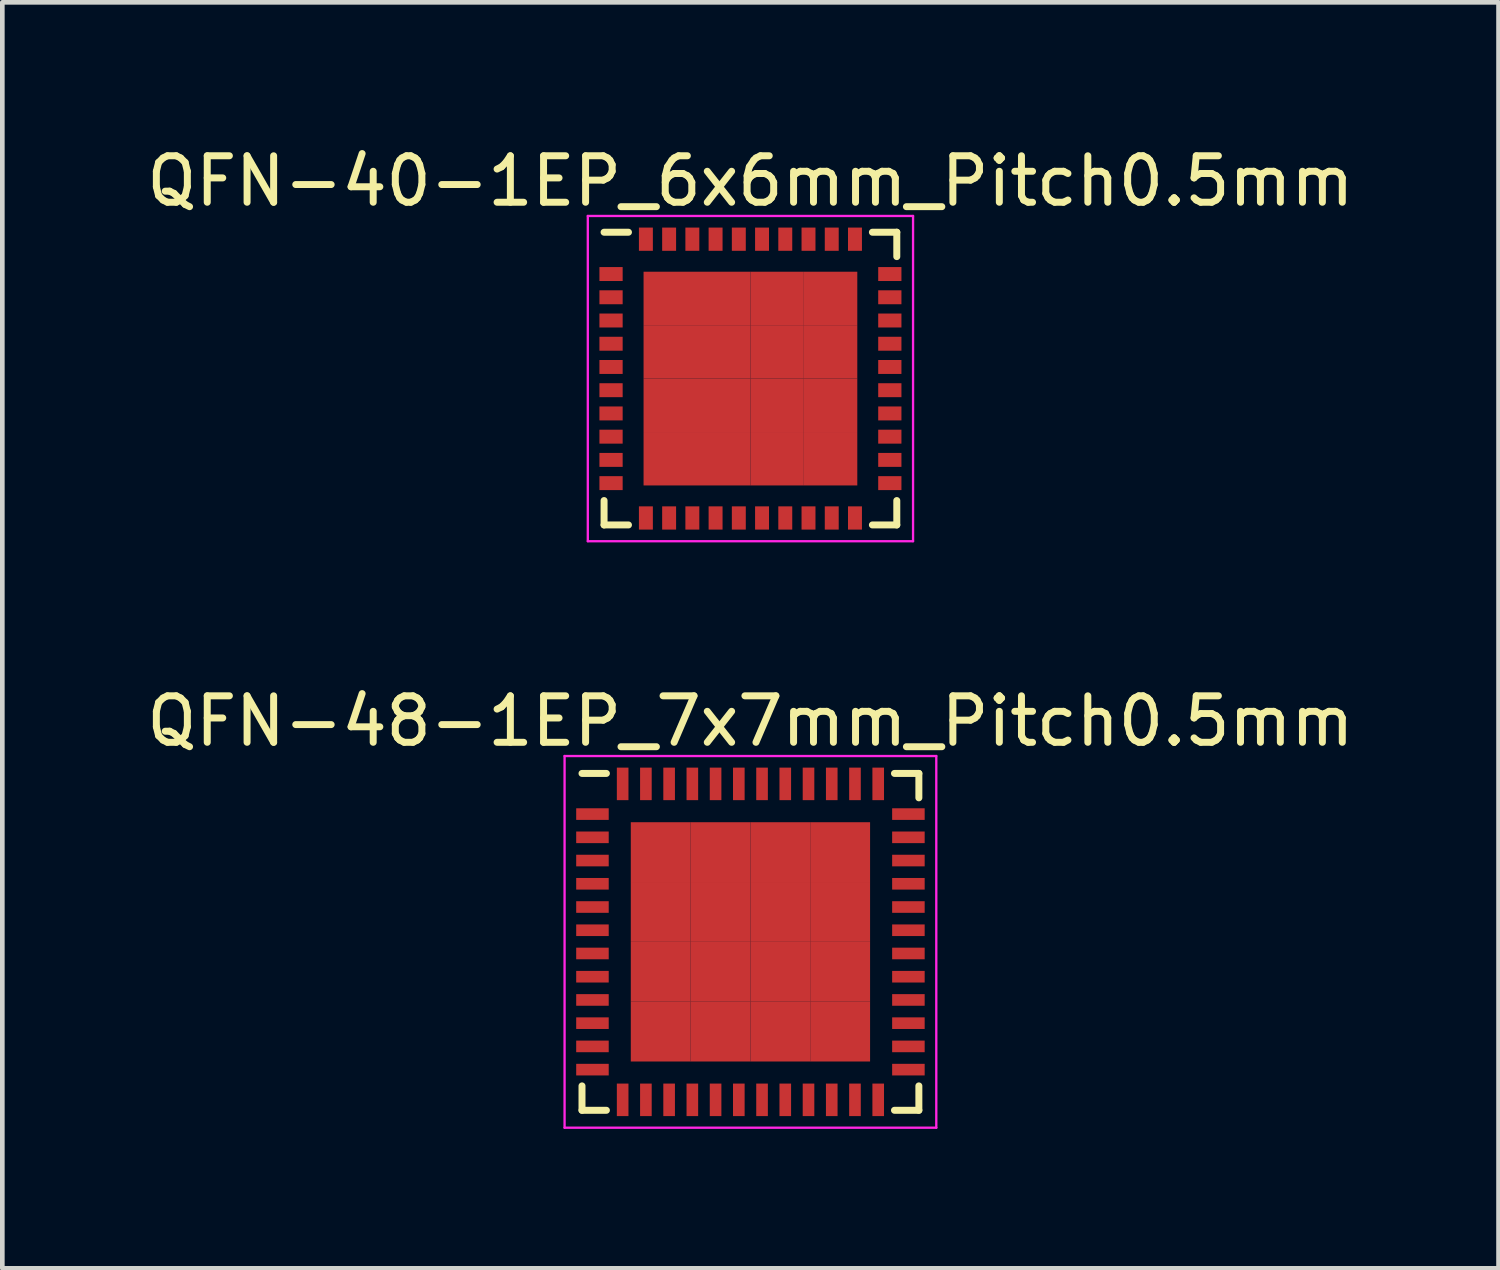
<source format=kicad_pcb>
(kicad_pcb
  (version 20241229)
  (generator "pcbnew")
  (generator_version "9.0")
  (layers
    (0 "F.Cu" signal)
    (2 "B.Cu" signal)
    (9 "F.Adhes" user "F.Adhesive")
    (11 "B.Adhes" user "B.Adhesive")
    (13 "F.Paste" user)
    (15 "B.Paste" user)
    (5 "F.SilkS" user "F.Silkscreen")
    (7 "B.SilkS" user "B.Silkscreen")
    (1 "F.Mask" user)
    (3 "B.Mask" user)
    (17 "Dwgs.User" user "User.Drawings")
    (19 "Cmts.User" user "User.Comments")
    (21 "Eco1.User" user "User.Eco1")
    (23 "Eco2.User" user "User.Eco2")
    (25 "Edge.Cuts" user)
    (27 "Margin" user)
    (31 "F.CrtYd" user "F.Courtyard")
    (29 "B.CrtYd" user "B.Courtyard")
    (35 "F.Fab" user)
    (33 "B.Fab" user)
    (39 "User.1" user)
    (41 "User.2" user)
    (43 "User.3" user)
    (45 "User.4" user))
  (footprint "QFN-48-1EP_7x7mm_Pitch0.5mm"
    (layer "F.Cu")
    (at 13.101 17.221)
    (property "Reference" "QFN-48-1EP_7x7mm_Pitch0.5mm" (at 0 -4.75 0) (layer "F.SilkS") (effects (font (size 1 1) (thickness 0.15))))
    (attr smd)
    (fp_line (start -3.625 -3.625) (end -3.1 -3.625) (stroke (width 0.15) (type solid)) (layer "F.SilkS"))
    (fp_line (start -3.625 3.625) (end -3.625 3.1) (stroke (width 0.15) (type solid)) (layer "F.SilkS"))
    (fp_line (start -3.625 3.625) (end -3.1 3.625) (stroke (width 0.15) (type solid)) (layer "F.SilkS"))
    (fp_line (start 3.625 -3.625) (end 3.1 -3.625) (stroke (width 0.15) (type solid)) (layer "F.SilkS"))
    (fp_line (start 3.625 -3.625) (end 3.625 -3.1) (stroke (width 0.15) (type solid)) (layer "F.SilkS"))
    (fp_line (start 3.625 3.625) (end 3.1 3.625) (stroke (width 0.15) (type solid)) (layer "F.SilkS"))
    (fp_line (start 3.625 3.625) (end 3.625 3.1) (stroke (width 0.15) (type solid)) (layer "F.SilkS"))
    (fp_line (start -4 -4) (end -4 4) (stroke (width 0.05) (type solid)) (layer "F.CrtYd"))
    (fp_line (start -4 -4) (end 4 -4) (stroke (width 0.05) (type solid)) (layer "F.CrtYd"))
    (fp_line (start -4 4) (end 4 4) (stroke (width 0.05) (type solid)) (layer "F.CrtYd"))
    (fp_line (start 4 -4) (end 4 4) (stroke (width 0.05) (type solid)) (layer "F.CrtYd"))
    (pad "1" smd rect (at -3.4 -2.75) (size 0.7 0.25) (layers "F.Cu" "F.Mask" "F.Paste"))
    (pad "2" smd rect (at -3.4 -2.25) (size 0.7 0.25) (layers "F.Cu" "F.Mask" "F.Paste"))
    (pad "3" smd rect (at -3.4 -1.75) (size 0.7 0.25) (layers "F.Cu" "F.Mask" "F.Paste"))
    (pad "4" smd rect (at -3.4 -1.25) (size 0.7 0.25) (layers "F.Cu" "F.Mask" "F.Paste"))
    (pad "5" smd rect (at -3.4 -0.75) (size 0.7 0.25) (layers "F.Cu" "F.Mask" "F.Paste"))
    (pad "6" smd rect (at -3.4 -0.25) (size 0.7 0.25) (layers "F.Cu" "F.Mask" "F.Paste"))
    (pad "7" smd rect (at -3.4 0.25) (size 0.7 0.25) (layers "F.Cu" "F.Mask" "F.Paste"))
    (pad "8" smd rect (at -3.4 0.75) (size 0.7 0.25) (layers "F.Cu" "F.Mask" "F.Paste"))
    (pad "9" smd rect (at -3.4 1.25) (size 0.7 0.25) (layers "F.Cu" "F.Mask" "F.Paste"))
    (pad "10" smd rect (at -3.4 1.75) (size 0.7 0.25) (layers "F.Cu" "F.Mask" "F.Paste"))
    (pad "11" smd rect (at -3.4 2.25) (size 0.7 0.25) (layers "F.Cu" "F.Mask" "F.Paste"))
    (pad "12" smd rect (at -3.4 2.75) (size 0.7 0.25) (layers "F.Cu" "F.Mask" "F.Paste"))
    (pad "13" smd rect (at -2.75 3.4 90) (size 0.7 0.25) (layers "F.Cu" "F.Mask" "F.Paste"))
    (pad "14" smd rect (at -2.25 3.4 90) (size 0.7 0.25) (layers "F.Cu" "F.Mask" "F.Paste"))
    (pad "15" smd rect (at -1.75 3.4 90) (size 0.7 0.25) (layers "F.Cu" "F.Mask" "F.Paste"))
    (pad "16" smd rect (at -1.25 3.4 90) (size 0.7 0.25) (layers "F.Cu" "F.Mask" "F.Paste"))
    (pad "17" smd rect (at -0.75 3.4 90) (size 0.7 0.25) (layers "F.Cu" "F.Mask" "F.Paste"))
    (pad "18" smd rect (at -0.25 3.4 90) (size 0.7 0.25) (layers "F.Cu" "F.Mask" "F.Paste"))
    (pad "19" smd rect (at 0.25 3.4 90) (size 0.7 0.25) (layers "F.Cu" "F.Mask" "F.Paste"))
    (pad "20" smd rect (at 0.75 3.4 90) (size 0.7 0.25) (layers "F.Cu" "F.Mask" "F.Paste"))
    (pad "21" smd rect (at 1.25 3.4 90) (size 0.7 0.25) (layers "F.Cu" "F.Mask" "F.Paste"))
    (pad "22" smd rect (at 1.75 3.4 90) (size 0.7 0.25) (layers "F.Cu" "F.Mask" "F.Paste"))
    (pad "23" smd rect (at 2.25 3.4 90) (size 0.7 0.25) (layers "F.Cu" "F.Mask" "F.Paste"))
    (pad "24" smd rect (at 2.75 3.4 90) (size 0.7 0.25) (layers "F.Cu" "F.Mask" "F.Paste"))
    (pad "25" smd rect (at 3.4 2.75) (size 0.7 0.25) (layers "F.Cu" "F.Mask" "F.Paste"))
    (pad "26" smd rect (at 3.4 2.25) (size 0.7 0.25) (layers "F.Cu" "F.Mask" "F.Paste"))
    (pad "27" smd rect (at 3.4 1.75) (size 0.7 0.25) (layers "F.Cu" "F.Mask" "F.Paste"))
    (pad "28" smd rect (at 3.4 1.25) (size 0.7 0.25) (layers "F.Cu" "F.Mask" "F.Paste"))
    (pad "29" smd rect (at 3.4 0.75) (size 0.7 0.25) (layers "F.Cu" "F.Mask" "F.Paste"))
    (pad "30" smd rect (at 3.4 0.25) (size 0.7 0.25) (layers "F.Cu" "F.Mask" "F.Paste"))
    (pad "31" smd rect (at 3.4 -0.25) (size 0.7 0.25) (layers "F.Cu" "F.Mask" "F.Paste"))
    (pad "32" smd rect (at 3.4 -0.75) (size 0.7 0.25) (layers "F.Cu" "F.Mask" "F.Paste"))
    (pad "33" smd rect (at 3.4 -1.25) (size 0.7 0.25) (layers "F.Cu" "F.Mask" "F.Paste"))
    (pad "34" smd rect (at 3.4 -1.75) (size 0.7 0.25) (layers "F.Cu" "F.Mask" "F.Paste"))
    (pad "35" smd rect (at 3.4 -2.25) (size 0.7 0.25) (layers "F.Cu" "F.Mask" "F.Paste"))
    (pad "36" smd rect (at 3.4 -2.75) (size 0.7 0.25) (layers "F.Cu" "F.Mask" "F.Paste"))
    (pad "37" smd rect (at 2.75 -3.4 90) (size 0.7 0.25) (layers "F.Cu" "F.Mask" "F.Paste"))
    (pad "38" smd rect (at 2.25 -3.4 90) (size 0.7 0.25) (layers "F.Cu" "F.Mask" "F.Paste"))
    (pad "39" smd rect (at 1.75 -3.4 90) (size 0.7 0.25) (layers "F.Cu" "F.Mask" "F.Paste"))
    (pad "40" smd rect (at 1.25 -3.4 90) (size 0.7 0.25) (layers "F.Cu" "F.Mask" "F.Paste"))
    (pad "41" smd rect (at 0.75 -3.4 90) (size 0.7 0.25) (layers "F.Cu" "F.Mask" "F.Paste"))
    (pad "42" smd rect (at 0.25 -3.4 90) (size 0.7 0.25) (layers "F.Cu" "F.Mask" "F.Paste"))
    (pad "43" smd rect (at -0.25 -3.4 90) (size 0.7 0.25) (layers "F.Cu" "F.Mask" "F.Paste"))
    (pad "44" smd rect (at -0.75 -3.4 90) (size 0.7 0.25) (layers "F.Cu" "F.Mask" "F.Paste"))
    (pad "45" smd rect (at -1.25 -3.4 90) (size 0.7 0.25) (layers "F.Cu" "F.Mask" "F.Paste"))
    (pad "46" smd rect (at -1.75 -3.4 90) (size 0.7 0.25) (layers "F.Cu" "F.Mask" "F.Paste"))
    (pad "47" smd rect (at -2.25 -3.4 90) (size 0.7 0.25) (layers "F.Cu" "F.Mask" "F.Paste"))
    (pad "48" smd rect (at -2.75 -3.4 90) (size 0.7 0.25) (layers "F.Cu" "F.Mask" "F.Paste"))
    (pad "49" smd rect (at -1.931 -1.931) (size 1.288 1.288) (layers "F.Cu" "F.Mask" "F.Paste"))
    (pad "49" smd rect (at -1.931 -0.644) (size 1.288 1.288) (layers "F.Cu" "F.Mask" "F.Paste"))
    (pad "49" smd rect (at -1.931 0.644) (size 1.288 1.288) (layers "F.Cu" "F.Mask" "F.Paste"))
    (pad "49" smd rect (at -1.931 1.931) (size 1.288 1.288) (layers "F.Cu" "F.Mask" "F.Paste"))
    (pad "49" smd rect (at -0.644 -1.931) (size 1.288 1.288) (layers "F.Cu" "F.Mask" "F.Paste"))
    (pad "49" smd rect (at -0.644 -0.644) (size 1.288 1.288) (layers "F.Cu" "F.Mask" "F.Paste"))
    (pad "49" smd rect (at -0.644 0.644) (size 1.288 1.288) (layers "F.Cu" "F.Mask" "F.Paste"))
    (pad "49" smd rect (at -0.644 1.931) (size 1.288 1.288) (layers "F.Cu" "F.Mask" "F.Paste"))
    (pad "49" smd rect (at 0.644 -1.931) (size 1.288 1.288) (layers "F.Cu" "F.Mask" "F.Paste"))
    (pad "49" smd rect (at 0.644 -0.644) (size 1.288 1.288) (layers "F.Cu" "F.Mask" "F.Paste"))
    (pad "49" smd rect (at 0.644 0.644) (size 1.288 1.288) (layers "F.Cu" "F.Mask" "F.Paste"))
    (pad "49" smd rect (at 0.644 1.931) (size 1.288 1.288) (layers "F.Cu" "F.Mask" "F.Paste"))
    (pad "49" smd rect (at 1.931 -1.931) (size 1.288 1.288) (layers "F.Cu" "F.Mask" "F.Paste"))
    (pad "49" smd rect (at 1.931 -0.644) (size 1.288 1.288) (layers "F.Cu" "F.Mask" "F.Paste"))
    (pad "49" smd rect (at 1.931 0.644) (size 1.288 1.288) (layers "F.Cu" "F.Mask" "F.Paste"))
    (pad "49" smd rect (at 1.931 1.931) (size 1.288 1.288) (layers "F.Cu" "F.Mask" "F.Paste")))
  (footprint "QFN-40-1EP_6x6mm_Pitch0.5mm"
    (layer "F.Cu")
    (at 13.101 5.098)
    (property "Reference" "QFN-40-1EP_6x6mm_Pitch0.5mm" (at 0 -4.25 0) (layer "F.SilkS") (effects (font (size 1 1) (thickness 0.15))))
    (attr smd)
    (fp_line (start -3.15 -3.15) (end -2.625 -3.15) (stroke (width 0.15) (type solid)) (layer "F.SilkS"))
    (fp_line (start -3.15 3.15) (end -3.15 2.625) (stroke (width 0.15) (type solid)) (layer "F.SilkS"))
    (fp_line (start -3.15 3.15) (end -2.625 3.15) (stroke (width 0.15) (type solid)) (layer "F.SilkS"))
    (fp_line (start 3.15 -3.15) (end 2.625 -3.15) (stroke (width 0.15) (type solid)) (layer "F.SilkS"))
    (fp_line (start 3.15 -3.15) (end 3.15 -2.625) (stroke (width 0.15) (type solid)) (layer "F.SilkS"))
    (fp_line (start 3.15 3.15) (end 2.625 3.15) (stroke (width 0.15) (type solid)) (layer "F.SilkS"))
    (fp_line (start 3.15 3.15) (end 3.15 2.625) (stroke (width 0.15) (type solid)) (layer "F.SilkS"))
    (fp_line (start -3.5 -3.5) (end -3.5 3.5) (stroke (width 0.05) (type solid)) (layer "F.CrtYd"))
    (fp_line (start -3.5 -3.5) (end 3.5 -3.5) (stroke (width 0.05) (type solid)) (layer "F.CrtYd"))
    (fp_line (start -3.5 3.5) (end 3.5 3.5) (stroke (width 0.05) (type solid)) (layer "F.CrtYd"))
    (fp_line (start 3.5 -3.5) (end 3.5 3.5) (stroke (width 0.05) (type solid)) (layer "F.CrtYd"))
    (pad "1" smd rect (at -3 -2.25) (size 0.5 0.3) (layers "F.Cu" "F.Mask" "F.Paste"))
    (pad "2" smd rect (at -3 -1.75) (size 0.5 0.3) (layers "F.Cu" "F.Mask" "F.Paste"))
    (pad "3" smd rect (at -3 -1.25) (size 0.5 0.3) (layers "F.Cu" "F.Mask" "F.Paste"))
    (pad "4" smd rect (at -3 -0.75) (size 0.5 0.3) (layers "F.Cu" "F.Mask" "F.Paste"))
    (pad "5" smd rect (at -3 -0.25) (size 0.5 0.3) (layers "F.Cu" "F.Mask" "F.Paste"))
    (pad "6" smd rect (at -3 0.25) (size 0.5 0.3) (layers "F.Cu" "F.Mask" "F.Paste"))
    (pad "7" smd rect (at -3 0.75) (size 0.5 0.3) (layers "F.Cu" "F.Mask" "F.Paste"))
    (pad "8" smd rect (at -3 1.25) (size 0.5 0.3) (layers "F.Cu" "F.Mask" "F.Paste"))
    (pad "9" smd rect (at -3 1.75) (size 0.5 0.3) (layers "F.Cu" "F.Mask" "F.Paste"))
    (pad "10" smd rect (at -3 2.25) (size 0.5 0.3) (layers "F.Cu" "F.Mask" "F.Paste"))
    (pad "11" smd rect (at -2.25 3 90) (size 0.5 0.3) (layers "F.Cu" "F.Mask" "F.Paste"))
    (pad "12" smd rect (at -1.75 3 90) (size 0.5 0.3) (layers "F.Cu" "F.Mask" "F.Paste"))
    (pad "13" smd rect (at -1.25 3 90) (size 0.5 0.3) (layers "F.Cu" "F.Mask" "F.Paste"))
    (pad "14" smd rect (at -0.75 3 90) (size 0.5 0.3) (layers "F.Cu" "F.Mask" "F.Paste"))
    (pad "15" smd rect (at -0.25 3 90) (size 0.5 0.3) (layers "F.Cu" "F.Mask" "F.Paste"))
    (pad "16" smd rect (at 0.25 3 90) (size 0.5 0.3) (layers "F.Cu" "F.Mask" "F.Paste"))
    (pad "17" smd rect (at 0.75 3 90) (size 0.5 0.3) (layers "F.Cu" "F.Mask" "F.Paste"))
    (pad "18" smd rect (at 1.25 3 90) (size 0.5 0.3) (layers "F.Cu" "F.Mask" "F.Paste"))
    (pad "19" smd rect (at 1.75 3 90) (size 0.5 0.3) (layers "F.Cu" "F.Mask" "F.Paste"))
    (pad "20" smd rect (at 2.25 3 90) (size 0.5 0.3) (layers "F.Cu" "F.Mask" "F.Paste"))
    (pad "21" smd rect (at 3 2.25) (size 0.5 0.3) (layers "F.Cu" "F.Mask" "F.Paste"))
    (pad "22" smd rect (at 3 1.75) (size 0.5 0.3) (layers "F.Cu" "F.Mask" "F.Paste"))
    (pad "23" smd rect (at 3 1.25) (size 0.5 0.3) (layers "F.Cu" "F.Mask" "F.Paste"))
    (pad "24" smd rect (at 3 0.75) (size 0.5 0.3) (layers "F.Cu" "F.Mask" "F.Paste"))
    (pad "25" smd rect (at 3 0.25) (size 0.5 0.3) (layers "F.Cu" "F.Mask" "F.Paste"))
    (pad "26" smd rect (at 3 -0.25) (size 0.5 0.3) (layers "F.Cu" "F.Mask" "F.Paste"))
    (pad "27" smd rect (at 3 -0.75) (size 0.5 0.3) (layers "F.Cu" "F.Mask" "F.Paste"))
    (pad "28" smd rect (at 3 -1.25) (size 0.5 0.3) (layers "F.Cu" "F.Mask" "F.Paste"))
    (pad "29" smd rect (at 3 -1.75) (size 0.5 0.3) (layers "F.Cu" "F.Mask" "F.Paste"))
    (pad "30" smd rect (at 3 -2.25) (size 0.5 0.3) (layers "F.Cu" "F.Mask" "F.Paste"))
    (pad "31" smd rect (at 2.25 -3 90) (size 0.5 0.3) (layers "F.Cu" "F.Mask" "F.Paste"))
    (pad "32" smd rect (at 1.75 -3 90) (size 0.5 0.3) (layers "F.Cu" "F.Mask" "F.Paste"))
    (pad "33" smd rect (at 1.25 -3 90) (size 0.5 0.3) (layers "F.Cu" "F.Mask" "F.Paste"))
    (pad "34" smd rect (at 0.75 -3 90) (size 0.5 0.3) (layers "F.Cu" "F.Mask" "F.Paste"))
    (pad "35" smd rect (at 0.25 -3 90) (size 0.5 0.3) (layers "F.Cu" "F.Mask" "F.Paste"))
    (pad "36" smd rect (at -0.25 -3 90) (size 0.5 0.3) (layers "F.Cu" "F.Mask" "F.Paste"))
    (pad "37" smd rect (at -0.75 -3 90) (size 0.5 0.3) (layers "F.Cu" "F.Mask" "F.Paste"))
    (pad "38" smd rect (at -1.25 -3 90) (size 0.5 0.3) (layers "F.Cu" "F.Mask" "F.Paste"))
    (pad "39" smd rect (at -1.75 -3 90) (size 0.5 0.3) (layers "F.Cu" "F.Mask" "F.Paste"))
    (pad "40" smd rect (at -2.25 -3 90) (size 0.5 0.3) (layers "F.Cu" "F.Mask" "F.Paste"))
    (pad "41" smd rect (at -1.725 -1.725) (size 1.15 1.15) (layers "F.Cu" "F.Mask" "F.Paste"))
    (pad "41" smd rect (at -1.725 -0.575) (size 1.15 1.15) (layers "F.Cu" "F.Mask" "F.Paste"))
    (pad "41" smd rect (at -1.725 0.575) (size 1.15 1.15) (layers "F.Cu" "F.Mask" "F.Paste"))
    (pad "41" smd rect (at -1.725 1.725) (size 1.15 1.15) (layers "F.Cu" "F.Mask" "F.Paste"))
    (pad "41" smd rect (at -0.575 -1.725) (size 1.15 1.15) (layers "F.Cu" "F.Mask" "F.Paste"))
    (pad "41" smd rect (at -0.575 -0.575) (size 1.15 1.15) (layers "F.Cu" "F.Mask" "F.Paste"))
    (pad "41" smd rect (at -0.575 0.575) (size 1.15 1.15) (layers "F.Cu" "F.Mask" "F.Paste"))
    (pad "41" smd rect (at -0.575 1.725) (size 1.15 1.15) (layers "F.Cu" "F.Mask" "F.Paste"))
    (pad "41" smd rect (at 0.575 -1.725) (size 1.15 1.15) (layers "F.Cu" "F.Mask" "F.Paste"))
    (pad "41" smd rect (at 0.575 -0.575) (size 1.15 1.15) (layers "F.Cu" "F.Mask" "F.Paste"))
    (pad "41" smd rect (at 0.575 0.575) (size 1.15 1.15) (layers "F.Cu" "F.Mask" "F.Paste"))
    (pad "41" smd rect (at 0.575 1.725) (size 1.15 1.15) (layers "F.Cu" "F.Mask" "F.Paste"))
    (pad "41" smd rect (at 1.725 -1.725) (size 1.15 1.15) (layers "F.Cu" "F.Mask" "F.Paste"))
    (pad "41" smd rect (at 1.725 -0.575) (size 1.15 1.15) (layers "F.Cu" "F.Mask" "F.Paste"))
    (pad "41" smd rect (at 1.725 0.575) (size 1.15 1.15) (layers "F.Cu" "F.Mask" "F.Paste"))
    (pad "41" smd rect (at 1.725 1.725) (size 1.15 1.15) (layers "F.Cu" "F.Mask" "F.Paste")))
  (gr_rect
    (start -3 -3)
    (end 29.202 24.247)
    (stroke (width 0.1) (type default))
    (fill no)
    (layer "Edge.Cuts")))
</source>
